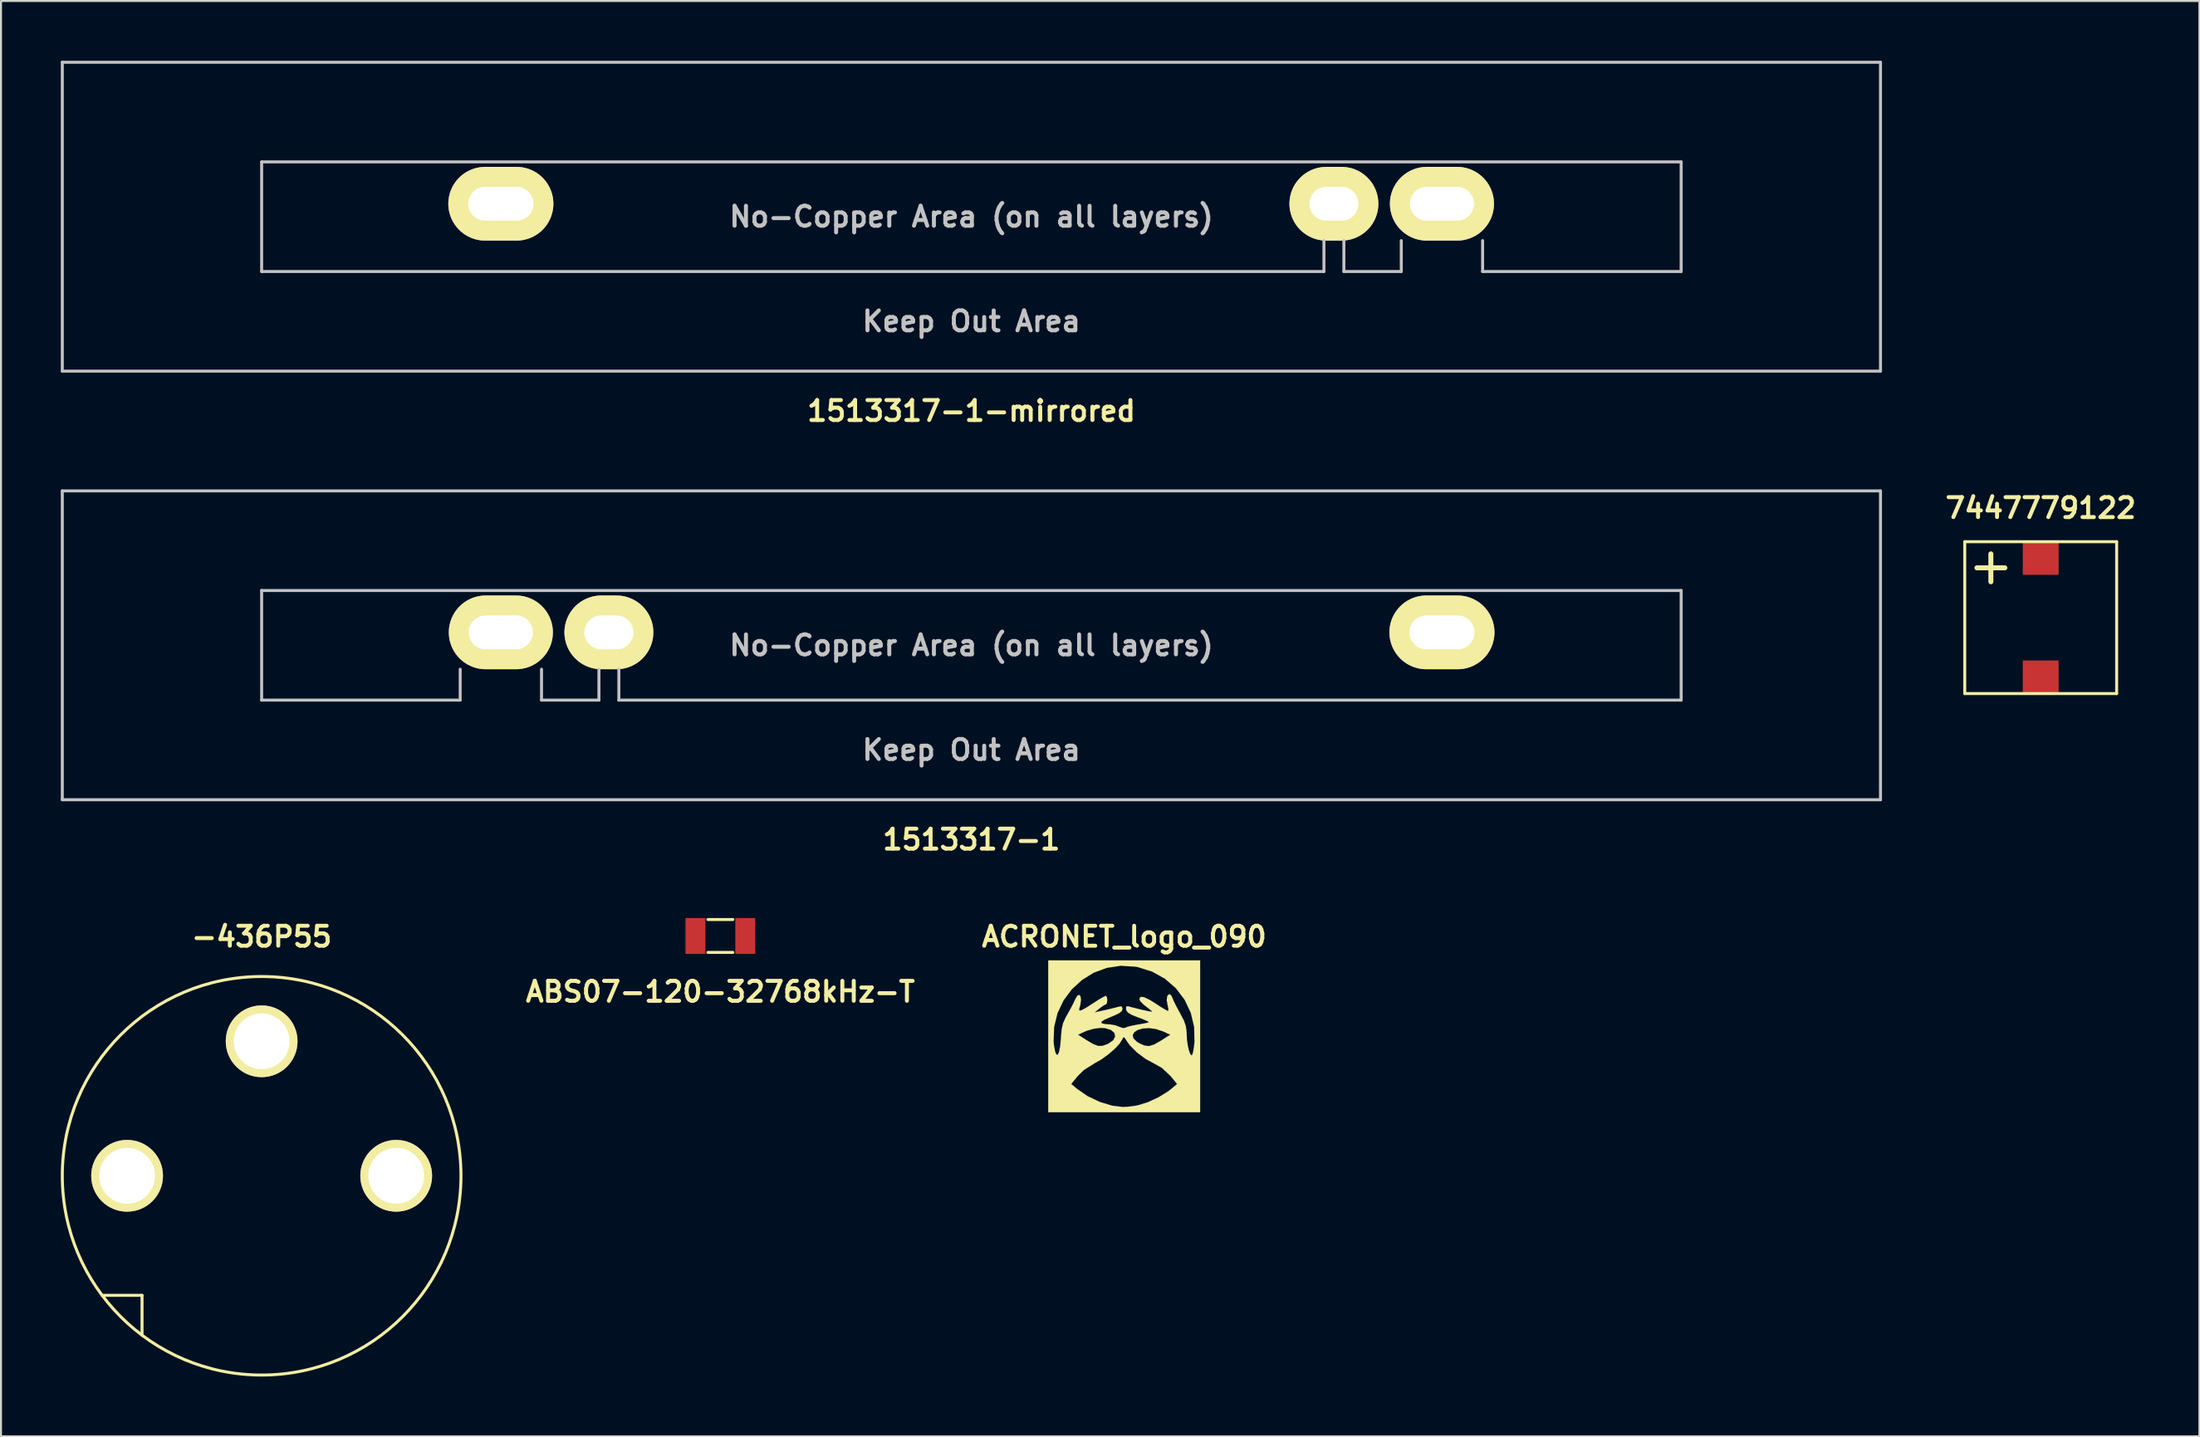
<source format=kicad_pcb>
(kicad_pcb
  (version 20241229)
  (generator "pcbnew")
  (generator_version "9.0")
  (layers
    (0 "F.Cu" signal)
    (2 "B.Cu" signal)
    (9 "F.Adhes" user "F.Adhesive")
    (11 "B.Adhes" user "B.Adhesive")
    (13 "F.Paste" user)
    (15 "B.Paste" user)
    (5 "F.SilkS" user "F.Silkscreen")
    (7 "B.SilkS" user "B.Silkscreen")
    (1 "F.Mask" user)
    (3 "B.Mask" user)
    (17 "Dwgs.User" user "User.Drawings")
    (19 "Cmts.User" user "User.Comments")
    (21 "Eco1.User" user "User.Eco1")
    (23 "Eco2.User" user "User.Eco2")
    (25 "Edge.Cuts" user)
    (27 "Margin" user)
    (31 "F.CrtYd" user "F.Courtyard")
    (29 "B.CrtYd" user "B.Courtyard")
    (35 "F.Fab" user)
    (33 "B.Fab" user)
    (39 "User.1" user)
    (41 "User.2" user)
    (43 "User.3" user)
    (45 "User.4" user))
  (footprint "ACRONET_logo_090"
    (layer "F.Cu")
    (at 53.345 48.958)
    (property "Reference" "ACRONET_logo_090" (at 0 -5 0) (layer "F.SilkS") (effects (font (size 1 1) (thickness 0.2))))
    (attr through_hole)
    (fp_poly (pts (xy 3.81 3.81) (xy 3.526 3.81) (xy 3.526 0.29) (xy 3.526 0.287) (xy 3.51 -0.47) (xy 3.34 -1.184) (xy 3.03 -1.836) (xy 2.596 -2.41) (xy 2.05 -2.885) (xy 1.405 -3.246) (xy 0.676 -3.475) (xy 0.556 -3.495) (xy -0.175 -3.541) (xy -0.876 -3.434) (xy -1.532 -3.19) (xy -2.121 -2.824) (xy -2.631 -2.355) (xy -3.045 -1.796) (xy -3.345 -1.163) (xy -3.515 -0.472) (xy -3.541 0.259) (xy -3.523 0.445) (xy -3.465 0.762) (xy -3.399 0.919) (xy -3.33 0.922) (xy -3.266 0.78) (xy -3.211 0.5) (xy -3.172 0.089) (xy -3.17 0.018) (xy -3.134 -0.363) (xy -3.066 -0.658) (xy -2.934 -0.95) (xy -2.857 -1.085) (xy -2.69 -1.387) (xy -2.54 -1.674) (xy -2.461 -1.847) (xy -2.355 -2.037) (xy -2.258 -2.083) (xy -2.192 -2.007) (xy -2.167 -1.836) (xy -2.197 -1.59) (xy -2.235 -1.46) (xy -2.263 -1.336) (xy -2.228 -1.288) (xy -2.111 -1.323) (xy -1.892 -1.445) (xy -1.572 -1.651) (xy -1.295 -1.829) (xy -1.069 -1.961) (xy -0.937 -2.029) (xy -0.919 -2.032) (xy -0.866 -1.961) (xy -0.848 -1.821) (xy -0.869 -1.661) (xy -0.912 -1.61) (xy -1.013 -1.56) (xy -1.184 -1.44) (xy -1.229 -1.405) (xy -1.483 -1.201) (xy -0.975 -1.313) (xy -0.668 -1.384) (xy -0.404 -1.45) (xy -0.277 -1.486) (xy -0.132 -1.504) (xy -0.086 -1.407) (xy -0.086 -1.374) (xy -0.122 -1.267) (xy -0.249 -1.163) (xy -0.498 -1.044) (xy -0.688 -0.965) (xy -1.001 -0.828) (xy -1.148 -0.726) (xy -1.13 -0.655) (xy -0.95 -0.612) (xy -0.721 -0.599) (xy -0.447 -0.554) (xy -0.241 -0.475) (xy -0.061 -0.414) (xy 0.053 -0.429) (xy 0.17 -0.478) (xy 0.401 -0.536) (xy 0.665 -0.587) (xy 0.947 -0.635) (xy 1.156 -0.678) (xy 1.24 -0.706) (xy 1.184 -0.749) (xy 1.003 -0.831) (xy 0.739 -0.935) (xy 0.699 -0.947) (xy 0.384 -1.074) (xy 0.201 -1.181) (xy 0.114 -1.29) (xy 0.097 -1.354) (xy 0.097 -1.491) (xy 0.191 -1.509) (xy 0.267 -1.488) (xy 0.457 -1.438) (xy 0.739 -1.367) (xy 0.973 -1.313) (xy 1.247 -1.255) (xy 1.379 -1.234) (xy 1.392 -1.257) (xy 1.306 -1.331) (xy 1.27 -1.359) (xy 0.973 -1.593) (xy 0.808 -1.76) (xy 0.762 -1.867) (xy 0.818 -1.979) (xy 0.991 -1.966) (xy 1.28 -1.829) (xy 1.557 -1.656) (xy 1.831 -1.476) (xy 2.052 -1.344) (xy 2.184 -1.275) (xy 2.2 -1.27) (xy 2.223 -1.341) (xy 2.192 -1.516) (xy 2.179 -1.56) (xy 2.134 -1.826) (xy 2.162 -2.027) (xy 2.258 -2.116) (xy 2.276 -2.118) (xy 2.362 -2.047) (xy 2.418 -1.928) (xy 2.487 -1.763) (xy 2.616 -1.504) (xy 2.779 -1.204) (xy 2.804 -1.158) (xy 2.99 -0.803) (xy 3.091 -0.518) (xy 3.129 -0.249) (xy 3.132 -0.157) (xy 3.147 0.155) (xy 3.19 0.46) (xy 3.251 0.721) (xy 3.317 0.899) (xy 3.383 0.958) (xy 3.401 0.947) (xy 3.447 0.831) (xy 3.49 0.594) (xy 3.526 0.29) (xy 3.526 3.81) (xy 2.654 3.81) (xy 2.654 2.393) (xy 2.324 1.991) (xy 2.311 1.979) (xy 2.311 -0.081) (xy 1.938 -0.251) (xy 1.587 -0.368) (xy 1.25 -0.411) (xy 0.942 -0.394) (xy 0.688 -0.323) (xy 0.508 -0.208) (xy 0.427 -0.064) (xy 0.46 0.099) (xy 0.635 0.272) (xy 0.759 0.348) (xy 1.019 0.465) (xy 1.245 0.49) (xy 1.488 0.419) (xy 1.798 0.244) (xy 1.854 0.211) (xy 2.311 -0.081) (xy 2.311 1.979) (xy 1.89 1.585) (xy 1.544 1.389) (xy 1.072 1.133) (xy 0.638 0.808) (xy 0.287 0.455) (xy 0.155 0.274) (xy 0.036 0.091) (xy -0.03 0.041) (xy -0.079 0.107) (xy -0.097 0.155) (xy -0.234 0.371) (xy -0.452 0.605) (xy -0.452 0.008) (xy -0.493 -0.173) (xy -0.665 -0.32) (xy -0.955 -0.409) (xy -1.176 -0.422) (xy -1.506 -0.384) (xy -1.854 -0.287) (xy -1.941 -0.251) (xy -2.314 -0.081) (xy -1.857 0.211) (xy -1.542 0.396) (xy -1.303 0.483) (xy -1.092 0.48) (xy -0.851 0.396) (xy -0.8 0.371) (xy -0.549 0.198) (xy -0.452 0.008) (xy -0.452 0.605) (xy -0.48 0.635) (xy -0.798 0.909) (xy -1.148 1.161) (xy -1.491 1.356) (xy -1.494 1.359) (xy -2.027 1.694) (xy -2.334 1.999) (xy -2.657 2.393) (xy -2.365 2.637) (xy -1.839 3.002) (xy -1.229 3.292) (xy -0.602 3.482) (xy -0.069 3.548) (xy 0.203 3.533) (xy 0.536 3.49) (xy 0.693 3.459) (xy 1.194 3.305) (xy 1.725 3.058) (xy 2.202 2.764) (xy 2.362 2.637) (xy 2.654 2.393) (xy 2.654 3.81) (xy 0 3.81) (xy -3.81 3.81) (xy -3.81 0) (xy -3.81 -3.81) (xy 0 -3.81) (xy 3.81 -3.81) (xy 3.81 0) (xy 3.81 3.81)) (stroke (width 0.003) (type solid)) (fill yes) (layer "F.SilkS")))
  (footprint "1513317-1-mirrored"
    (layer "F.Cu")
    (at 0.589 7.175)
    (property "Reference" "1513317-1-mirrored" (at 45.091 10.4 0) (layer "F.SilkS") (effects (font (size 1 1) (thickness 0.2))))
    (attr through_hole)
    (fp_line (start -0.514 -7.1) (end -0.514 8.4) (stroke (width 0.15) (type solid)) (layer "Dwgs.User"))
    (fp_line (start -0.514 -7.1) (end 90.696 -7.1) (stroke (width 0.15) (type solid)) (layer "Dwgs.User"))
    (fp_line (start -0.514 8.4) (end 90.696 8.4) (stroke (width 0.15) (type solid)) (layer "Dwgs.User"))
    (fp_line (start 9.486 -2.1) (end 9.486 3.4) (stroke (width 0.15) (type solid)) (layer "Dwgs.User"))
    (fp_line (start 62.776 1.85) (end 62.776 3.4) (stroke (width 0.15) (type solid)) (layer "Dwgs.User"))
    (fp_line (start 62.776 3.4) (end 9.486 3.4) (stroke (width 0.15) (type solid)) (layer "Dwgs.User"))
    (fp_line (start 63.776 1.85) (end 63.776 3.4) (stroke (width 0.15) (type solid)) (layer "Dwgs.User"))
    (fp_line (start 66.656 1.85) (end 66.656 3.4) (stroke (width 0.15) (type solid)) (layer "Dwgs.User"))
    (fp_line (start 66.656 3.4) (end 63.776 3.4) (stroke (width 0.15) (type solid)) (layer "Dwgs.User"))
    (fp_line (start 70.736 1.85) (end 70.736 3.4) (stroke (width 0.15) (type solid)) (layer "Dwgs.User"))
    (fp_line (start 80.696 -2.1) (end 9.486 -2.1) (stroke (width 0.15) (type solid)) (layer "Dwgs.User"))
    (fp_line (start 80.696 -2.1) (end 80.696 3.4) (stroke (width 0.15) (type solid)) (layer "Dwgs.User"))
    (fp_line (start 80.696 3.4) (end 70.736 3.4) (stroke (width 0.15) (type solid)) (layer "Dwgs.User"))
    (fp_line (start 90.696 -7.1) (end 90.696 8.4) (stroke (width 0.15) (type solid)) (layer "Dwgs.User"))
    (fp_text user "Keep Out Area" (at 45.091 5.9 0) (layer "Dwgs.User") (effects (font (size 1 1) (thickness 0.2))))
    (fp_text user "No-Copper Area (on all layers)" (at 45.091 0.65 0) (layer "Dwgs.User") (effects (font (size 1 1) (thickness 0.2))))
    (pad "1" thru_hole oval (at 68.696 0 180) (size 5.22 3.7) (drill oval 3.22 1.7) (layers "*.Cu" "*.Mask" "F.SilkS"))
    (pad "2" thru_hole oval (at 63.276 0 180) (size 4.46 3.7) (drill oval 2.46 1.7) (layers "F.Cu" "F.Mask" "F.SilkS"))
    (pad "3" thru_hole oval (at 21.486 0 180) (size 5.27 3.7) (drill oval 3.27 1.7) (layers "*.Cu" "*.Mask" "F.SilkS")))
  (footprint "1513317-1"
    (layer "F.Cu")
    (at 10.075 28.686)
    (property "Reference" "1513317-1" (at 35.605 10.4 0) (layer "F.SilkS") (effects (font (size 1 1) (thickness 0.2))))
    (attr through_hole)
    (fp_line (start -10 -7.1) (end -10 8.4) (stroke (width 0.15) (type solid)) (layer "Dwgs.User"))
    (fp_line (start 0 -2.1) (end 0 3.4) (stroke (width 0.15) (type solid)) (layer "Dwgs.User"))
    (fp_line (start 0 -2.1) (end 71.21 -2.1) (stroke (width 0.15) (type solid)) (layer "Dwgs.User"))
    (fp_line (start 0 3.4) (end 9.96 3.4) (stroke (width 0.15) (type solid)) (layer "Dwgs.User"))
    (fp_line (start 9.96 1.85) (end 9.96 3.4) (stroke (width 0.15) (type solid)) (layer "Dwgs.User"))
    (fp_line (start 14.04 1.85) (end 14.04 3.4) (stroke (width 0.15) (type solid)) (layer "Dwgs.User"))
    (fp_line (start 14.04 3.4) (end 16.92 3.4) (stroke (width 0.15) (type solid)) (layer "Dwgs.User"))
    (fp_line (start 16.92 1.85) (end 16.92 3.4) (stroke (width 0.15) (type solid)) (layer "Dwgs.User"))
    (fp_line (start 17.92 1.85) (end 17.92 3.4) (stroke (width 0.15) (type solid)) (layer "Dwgs.User"))
    (fp_line (start 17.92 3.4) (end 71.21 3.4) (stroke (width 0.15) (type solid)) (layer "Dwgs.User"))
    (fp_line (start 71.21 -2.1) (end 71.21 3.4) (stroke (width 0.15) (type solid)) (layer "Dwgs.User"))
    (fp_line (start 81.21 -7.1) (end -10 -7.1) (stroke (width 0.15) (type solid)) (layer "Dwgs.User"))
    (fp_line (start 81.21 -7.1) (end 81.21 8.4) (stroke (width 0.15) (type solid)) (layer "Dwgs.User"))
    (fp_line (start 81.21 8.4) (end -10 8.4) (stroke (width 0.15) (type solid)) (layer "Dwgs.User"))
    (fp_text user "No-Copper Area (on all layers)" (at 35.605 0.65 0) (layer "Dwgs.User") (effects (font (size 1 1) (thickness 0.2))))
    (fp_text user "Keep Out Area" (at 35.605 5.9 0) (layer "Dwgs.User") (effects (font (size 1 1) (thickness 0.2))))
    (pad "1" thru_hole oval (at 12 0) (size 5.22 3.7) (drill oval 3.22 1.7) (layers "*.Cu" "*.Mask" "F.SilkS"))
    (pad "2" thru_hole oval (at 17.42 0) (size 4.46 3.7) (drill oval 2.46 1.7) (layers "*.Cu" "*.Mask" "F.SilkS"))
    (pad "3" thru_hole oval (at 59.21 0) (size 5.27 3.7) (drill oval 3.27 1.7) (layers "*.Cu" "*.Mask" "F.SilkS")))
  (footprint "ABS07-120-32768kHz-T"
    (layer "F.Cu")
    (at 33.088 43.922)
    (property "Reference" "ABS07-120-32768kHz-T" (at 0 2.8 0) (layer "F.SilkS") (effects (font (size 1 1) (thickness 0.2))))
    (attr through_hole)
    (fp_line (start -0.625 -0.825) (end 0.625 -0.825) (stroke (width 0.15) (type solid)) (layer "F.SilkS"))
    (fp_line (start -0.625 0.825) (end 0.625 0.825) (stroke (width 0.15) (type solid)) (layer "F.SilkS"))
    (pad "1" smd rect (at -1.25 0) (size 1 1.8) (layers "F.Cu" "F.Mask" "F.Paste"))
    (pad "2" smd rect (at 1.25 0) (size 1 1.8) (layers "F.Cu" "F.Mask" "F.Paste")))
  (footprint "-436P55"
    (layer "F.Cu")
    (at 10.075 55.958)
    (property "Reference" "-436P55" (at 0 -12 0) (layer "F.SilkS") (effects (font (size 1 1) (thickness 0.2))))
    (attr through_hole)
    (fp_line (start -6 6) (end -8 6) (stroke (width 0.15) (type solid)) (layer "F.SilkS"))
    (fp_line (start -6 6) (end -6 8) (stroke (width 0.15) (type solid)) (layer "F.SilkS"))
    (fp_circle (center 0 0) (end 10 0) (stroke (width 0.15) (type solid)) (fill no) (layer "F.SilkS"))
    (pad "C" thru_hole circle (at -6.75 0) (size 3.6 3.6) (drill 2.8) (layers "*.Cu" "*.Mask" "F.SilkS"))
    (pad "R" thru_hole circle (at 6.75 0) (size 3.6 3.6) (drill 2.8) (layers "*.Cu" "*.Mask" "F.SilkS"))
    (pad "S" thru_hole circle (at 0 -6.75) (size 3.6 3.6) (drill 2.8) (layers "*.Cu" "*.Mask" "F.SilkS")))
  (footprint "7447779122"
    (layer "F.Cu")
    (at 99.322 27.947)
    (property "Reference" "7447779122" (at 0 -5.5 0) (layer "F.SilkS") (effects (font (size 1 1) (thickness 0.2))))
    (attr through_hole)
    (fp_line (start -3.81 -3.81) (end 3.81 -3.81) (stroke (width 0.15) (type solid)) (layer "F.SilkS"))
    (fp_line (start -3.81 3.81) (end -3.81 -3.81) (stroke (width 0.15) (type solid)) (layer "F.SilkS"))
    (fp_line (start -3.2 -2.5) (end -1.8 -2.5) (stroke (width 0.25) (type solid)) (layer "F.SilkS"))
    (fp_line (start -2.5 -3.2) (end -2.5 -1.8) (stroke (width 0.25) (type solid)) (layer "F.SilkS"))
    (fp_line (start 3.81 -3.81) (end 3.81 3.81) (stroke (width 0.15) (type solid)) (layer "F.SilkS"))
    (fp_line (start 3.81 3.81) (end -3.81 3.81) (stroke (width 0.15) (type solid)) (layer "F.SilkS"))
    (pad "1" smd rect (at 0 -3) (size 1.801 1.699) (layers "F.Cu" "F.Mask" "F.Paste"))
    (pad "2" smd rect (at 0 3) (size 1.801 1.699) (layers "F.Cu" "F.Mask" "F.Paste")))
  (gr_rect
    (start -3 -3)
    (end 107.284 69.033)
    (stroke (width 0.1) (type default))
    (fill no)
    (layer "Edge.Cuts")))
</source>
